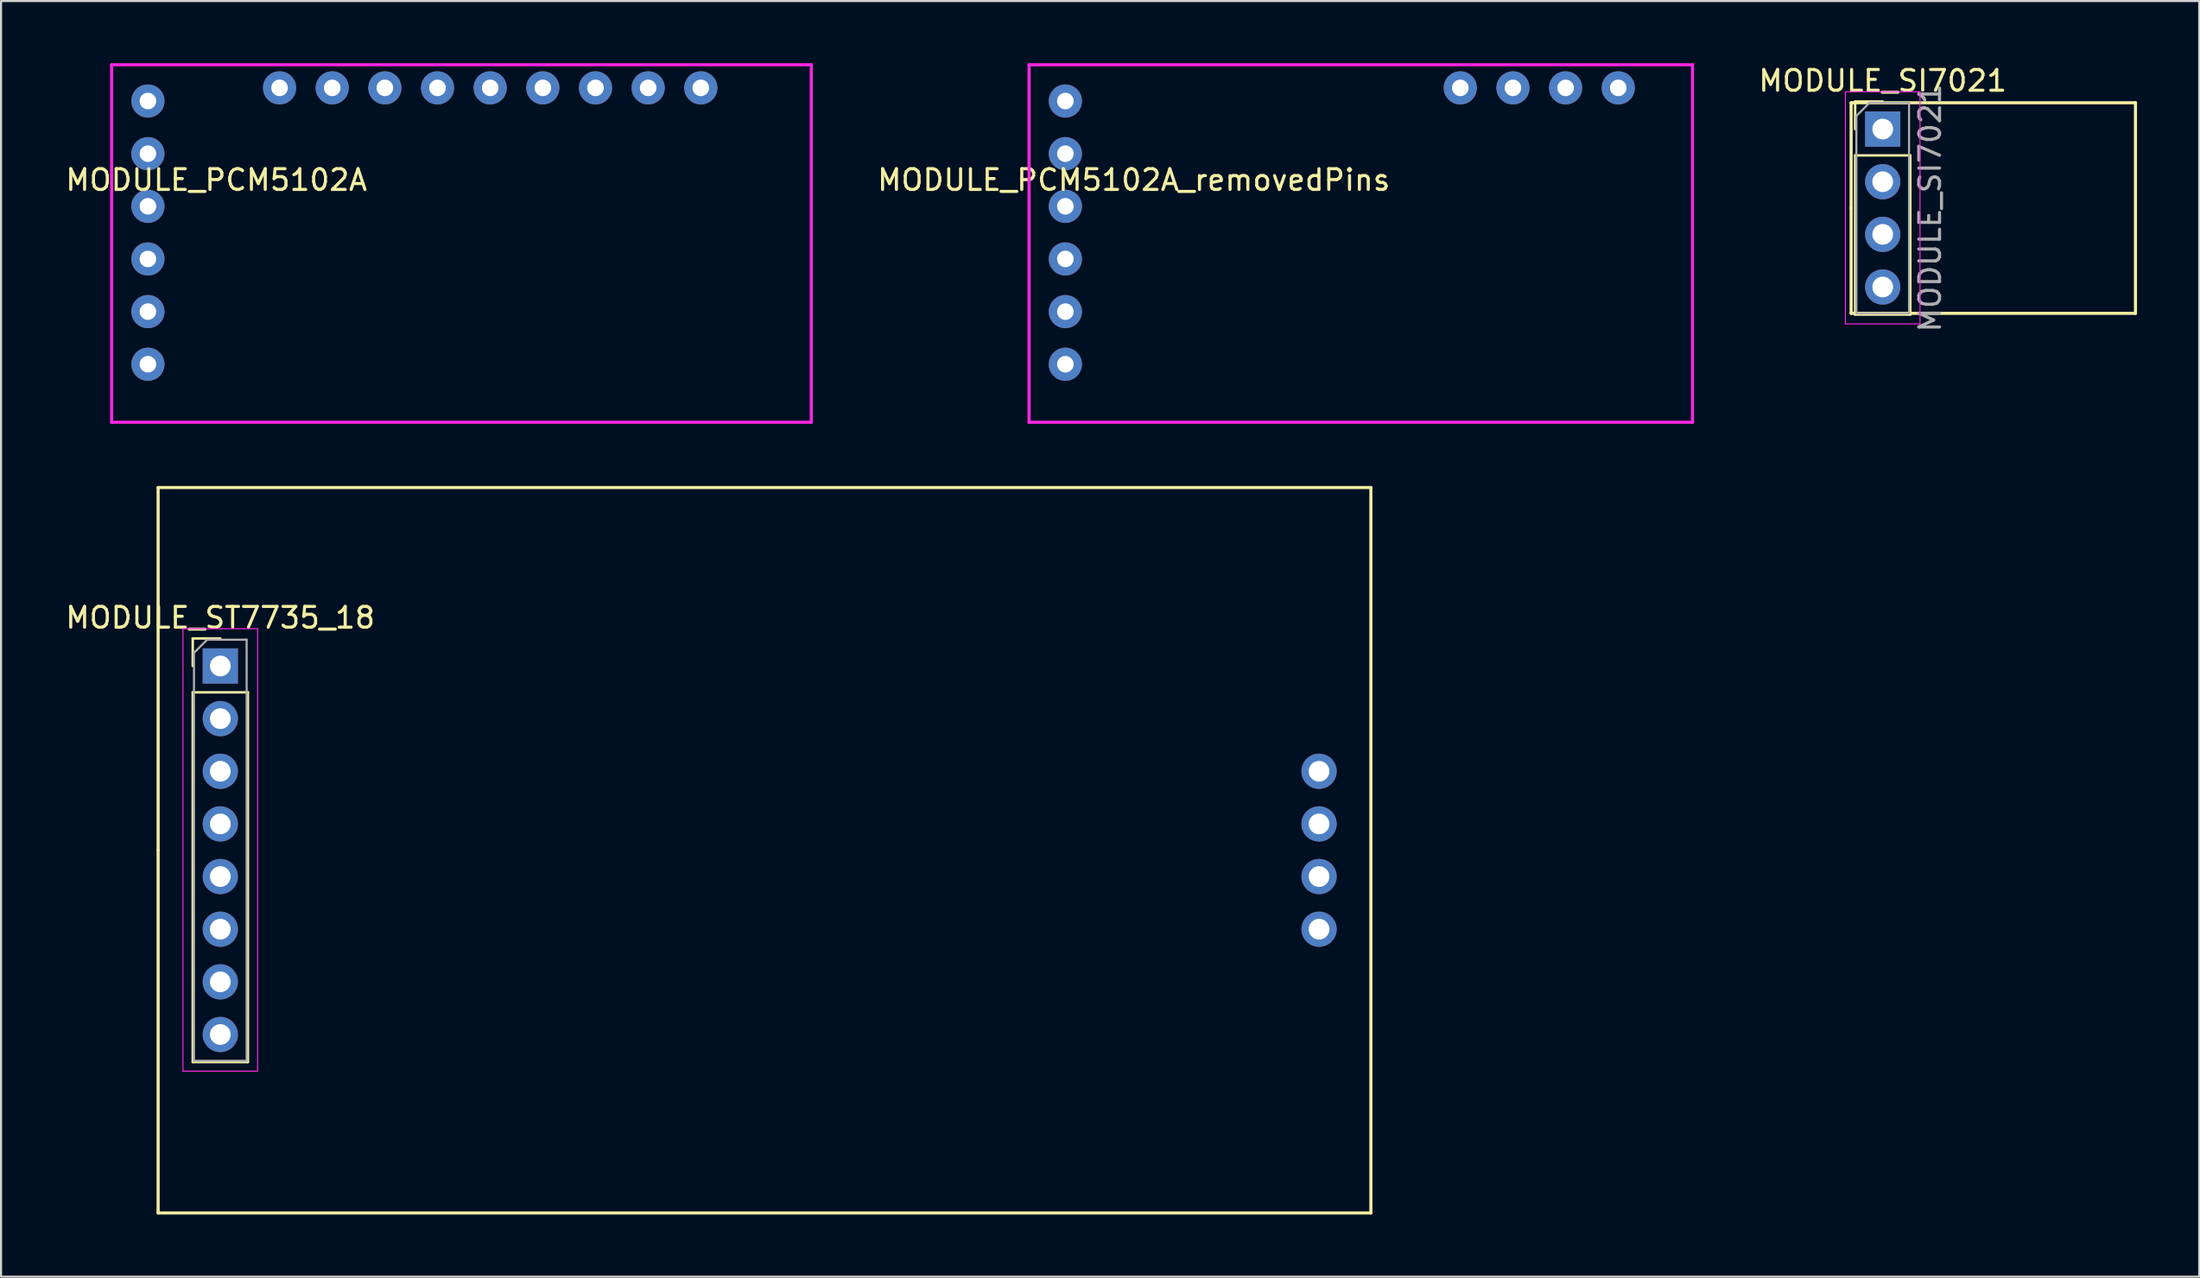
<source format=kicad_pcb>
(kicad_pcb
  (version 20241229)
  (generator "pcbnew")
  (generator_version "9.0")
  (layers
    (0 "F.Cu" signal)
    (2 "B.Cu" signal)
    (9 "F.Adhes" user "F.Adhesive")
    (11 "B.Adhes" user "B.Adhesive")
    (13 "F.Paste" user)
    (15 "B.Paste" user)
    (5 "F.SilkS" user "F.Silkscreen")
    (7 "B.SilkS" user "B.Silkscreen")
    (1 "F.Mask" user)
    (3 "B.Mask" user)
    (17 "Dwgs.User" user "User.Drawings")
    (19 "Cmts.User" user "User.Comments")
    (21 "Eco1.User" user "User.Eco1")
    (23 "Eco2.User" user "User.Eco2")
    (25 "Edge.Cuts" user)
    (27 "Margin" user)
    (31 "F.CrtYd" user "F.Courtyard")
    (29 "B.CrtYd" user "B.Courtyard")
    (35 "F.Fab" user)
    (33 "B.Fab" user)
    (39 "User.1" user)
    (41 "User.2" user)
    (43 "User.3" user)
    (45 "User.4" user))
  (footprint "MODULE_SI7021"
    (layer "F.Cu")
    (at 87.766 3.178)
    (property "Reference" "MODULE_SI7021" (at 0 -2.33 0) (layer "F.SilkS") (effects (font (size 1 1) (thickness 0.15))))
    (attr through_hole)
    (fp_line (start -1.524 -1.27) (end 12.192 -1.27) (stroke (width 0.15) (type solid)) (layer "F.SilkS"))
    (fp_line (start -1.524 3.81) (end -1.524 -1.27) (stroke (width 0.15) (type solid)) (layer "F.SilkS"))
    (fp_line (start -1.524 8.89) (end -1.524 3.81) (stroke (width 0.15) (type solid)) (layer "F.SilkS"))
    (fp_line (start -1.33 -1.33) (end 0 -1.33) (stroke (width 0.12) (type solid)) (layer "F.SilkS"))
    (fp_line (start -1.33 0) (end -1.33 -1.33) (stroke (width 0.12) (type solid)) (layer "F.SilkS"))
    (fp_line (start -1.33 1.27) (end -1.33 8.95) (stroke (width 0.12) (type solid)) (layer "F.SilkS"))
    (fp_line (start -1.33 1.27) (end 1.33 1.27) (stroke (width 0.12) (type solid)) (layer "F.SilkS"))
    (fp_line (start -1.33 8.95) (end 1.33 8.95) (stroke (width 0.12) (type solid)) (layer "F.SilkS"))
    (fp_line (start 1.33 1.27) (end 1.33 8.95) (stroke (width 0.12) (type solid)) (layer "F.SilkS"))
    (fp_line (start 12.192 -1.27) (end 12.192 8.89) (stroke (width 0.15) (type solid)) (layer "F.SilkS"))
    (fp_line (start 12.192 8.89) (end -1.524 8.89) (stroke (width 0.15) (type solid)) (layer "F.SilkS"))
    (fp_line (start -1.8 -1.8) (end -1.8 9.4) (stroke (width 0.05) (type solid)) (layer "F.CrtYd"))
    (fp_line (start -1.8 9.4) (end 1.8 9.4) (stroke (width 0.05) (type solid)) (layer "F.CrtYd"))
    (fp_line (start 1.8 -1.8) (end -1.8 -1.8) (stroke (width 0.05) (type solid)) (layer "F.CrtYd"))
    (fp_line (start 1.8 9.4) (end 1.8 -1.8) (stroke (width 0.05) (type solid)) (layer "F.CrtYd"))
    (fp_line (start -1.27 -0.635) (end -0.635 -1.27) (stroke (width 0.1) (type solid)) (layer "F.Fab"))
    (fp_line (start -1.27 8.89) (end -1.27 -0.635) (stroke (width 0.1) (type solid)) (layer "F.Fab"))
    (fp_line (start -0.635 -1.27) (end 1.27 -1.27) (stroke (width 0.1) (type solid)) (layer "F.Fab"))
    (fp_line (start 1.27 -1.27) (end 1.27 8.89) (stroke (width 0.1) (type solid)) (layer "F.Fab"))
    (fp_line (start 1.27 8.89) (end -1.27 8.89) (stroke (width 0.1) (type solid)) (layer "F.Fab"))
    (fp_text user "${REFERENCE}" (at 2.286 3.81 90) (layer "F.Fab") (effects (font (size 1 1) (thickness 0.15))))
    (pad "1" thru_hole rect (at 0 0) (size 1.7 1.7) (drill 1) (layers "*.Cu" "*.Mask"))
    (pad "2" thru_hole oval (at 0 2.54) (size 1.7 1.7) (drill 1) (layers "*.Cu" "*.Mask"))
    (pad "3" thru_hole oval (at 0 5.08) (size 1.7 1.7) (drill 1) (layers "*.Cu" "*.Mask"))
    (pad "4" thru_hole oval (at 0 7.62) (size 1.7 1.7) (drill 1) (layers "*.Cu" "*.Mask")))
  (footprint "MODULE_PCM5102A_removedPins"
    (layer "F.Cu")
    (at 48.34 1.825)
    (property "Reference" "MODULE_PCM5102A_removedPins" (at 3.302 3.81 0) (layer "F.SilkS") (effects (font (size 1 1) (thickness 0.15))))
    (attr through_hole)
    (fp_line (start -1.75 15.5) (end -1.75 -1.75) (stroke (width 0.15) (type solid)) (layer "F.CrtYd"))
    (fp_line (start -1.75 15.5) (end 30.25 15.5) (stroke (width 0.15) (type solid)) (layer "F.CrtYd"))
    (fp_line (start 30.25 -1.75) (end -1.75 -1.75) (stroke (width 0.15) (type solid)) (layer "F.CrtYd"))
    (fp_line (start 30.25 -1.75) (end 30.25 15.5) (stroke (width 0.15) (type solid)) (layer "F.CrtYd"))
    (pad "1" thru_hole circle (at 26.67 -0.635) (size 1.6 1.6) (drill 0.8) (layers "*.Cu" "*.Mask"))
    (pad "2" thru_hole circle (at 24.13 -0.635) (size 1.6 1.6) (drill 0.8) (layers "*.Cu" "*.Mask"))
    (pad "3" thru_hole circle (at 21.59 -0.635) (size 1.6 1.6) (drill 0.8) (layers "*.Cu" "*.Mask"))
    (pad "4" thru_hole circle (at 19.05 -0.635) (size 1.6 1.6) (drill 0.8) (layers "*.Cu" "*.Mask"))
    (pad "10" thru_hole circle (at 0 0) (size 1.6 1.6) (drill 0.8) (layers "*.Cu" "*.Mask"))
    (pad "11" thru_hole circle (at 0 2.54) (size 1.6 1.6) (drill 0.8) (layers "*.Cu" "*.Mask"))
    (pad "12" thru_hole circle (at 0 5.08) (size 1.6 1.6) (drill 0.8) (layers "*.Cu" "*.Mask"))
    (pad "13" thru_hole circle (at 0 7.62) (size 1.6 1.6) (drill 0.8) (layers "*.Cu" "*.Mask"))
    (pad "14" thru_hole circle (at 0 10.16) (size 1.6 1.6) (drill 0.8) (layers "*.Cu" "*.Mask"))
    (pad "15" thru_hole circle (at 0 12.7) (size 1.6 1.6) (drill 0.8) (layers "*.Cu" "*.Mask")))
  (footprint "MODULE_PCM5102A"
    (layer "F.Cu")
    (at 4.085 1.825)
    (property "Reference" "MODULE_PCM5102A" (at 3.302 3.81 0) (layer "F.SilkS") (effects (font (size 1 1) (thickness 0.15))))
    (attr through_hole)
    (fp_line (start -1.75 -1.75) (end 32 -1.75) (stroke (width 0.15) (type solid)) (layer "F.CrtYd"))
    (fp_line (start -1.75 15.5) (end -1.75 -1.75) (stroke (width 0.15) (type solid)) (layer "F.CrtYd"))
    (fp_line (start 32 -1.75) (end 32 15.5) (stroke (width 0.15) (type solid)) (layer "F.CrtYd"))
    (fp_line (start 32 15.5) (end -1.75 15.5) (stroke (width 0.15) (type solid)) (layer "F.CrtYd"))
    (pad "1" thru_hole circle (at 26.67 -0.635) (size 1.6 1.6) (drill 0.8) (layers "*.Cu" "*.Mask"))
    (pad "2" thru_hole circle (at 24.13 -0.635) (size 1.6 1.6) (drill 0.8) (layers "*.Cu" "*.Mask"))
    (pad "3" thru_hole circle (at 21.59 -0.635) (size 1.6 1.6) (drill 0.8) (layers "*.Cu" "*.Mask"))
    (pad "4" thru_hole circle (at 19.05 -0.635) (size 1.6 1.6) (drill 0.8) (layers "*.Cu" "*.Mask"))
    (pad "5" thru_hole circle (at 16.51 -0.635) (size 1.6 1.6) (drill 0.8) (layers "*.Cu" "*.Mask"))
    (pad "6" thru_hole circle (at 13.97 -0.635) (size 1.6 1.6) (drill 0.8) (layers "*.Cu" "*.Mask"))
    (pad "7" thru_hole circle (at 11.43 -0.635) (size 1.6 1.6) (drill 0.8) (layers "*.Cu" "*.Mask"))
    (pad "8" thru_hole circle (at 8.89 -0.635) (size 1.6 1.6) (drill 0.8) (layers "*.Cu" "*.Mask"))
    (pad "9" thru_hole circle (at 6.35 -0.635) (size 1.6 1.6) (drill 0.8) (layers "*.Cu" "*.Mask"))
    (pad "10" thru_hole circle (at 0 0) (size 1.6 1.6) (drill 0.8) (layers "*.Cu" "*.Mask"))
    (pad "11" thru_hole circle (at 0 2.54) (size 1.6 1.6) (drill 0.8) (layers "*.Cu" "*.Mask"))
    (pad "12" thru_hole circle (at 0 5.08) (size 1.6 1.6) (drill 0.8) (layers "*.Cu" "*.Mask"))
    (pad "13" thru_hole circle (at 0 7.62) (size 1.6 1.6) (drill 0.8) (layers "*.Cu" "*.Mask"))
    (pad "14" thru_hole circle (at 0 10.16) (size 1.6 1.6) (drill 0.8) (layers "*.Cu" "*.Mask"))
    (pad "15" thru_hole circle (at 0 12.7) (size 1.6 1.6) (drill 0.8) (layers "*.Cu" "*.Mask")))
  (footprint "MODULE_ST7735_18"
    (layer "F.Cu")
    (at 7.577 37.975)
    (property "Reference" "MODULE_ST7735_18" (at 0 -11.22 0) (layer "F.SilkS") (effects (font (size 1 1) (thickness 0.15))))
    (attr through_hole)
    (fp_line (start -3 -17.5) (end 55.5 -17.5) (stroke (width 0.15) (type solid)) (layer "F.SilkS"))
    (fp_line (start -3 0) (end -3 -17.5) (stroke (width 0.15) (type solid)) (layer "F.SilkS"))
    (fp_line (start -3 17.5) (end -3 0) (stroke (width 0.15) (type solid)) (layer "F.SilkS"))
    (fp_line (start -1.33 -10.22) (end 0 -10.22) (stroke (width 0.12) (type solid)) (layer "F.SilkS"))
    (fp_line (start -1.33 -8.89) (end -1.33 -10.22) (stroke (width 0.12) (type solid)) (layer "F.SilkS"))
    (fp_line (start -1.33 -7.62) (end -1.33 10.22) (stroke (width 0.12) (type solid)) (layer "F.SilkS"))
    (fp_line (start -1.33 -7.62) (end 1.33 -7.62) (stroke (width 0.12) (type solid)) (layer "F.SilkS"))
    (fp_line (start -1.33 10.22) (end 1.33 10.22) (stroke (width 0.12) (type solid)) (layer "F.SilkS"))
    (fp_line (start 1.33 -7.62) (end 1.33 10.22) (stroke (width 0.12) (type solid)) (layer "F.SilkS"))
    (fp_line (start 55.5 -17.5) (end 55.5 17.5) (stroke (width 0.15) (type solid)) (layer "F.SilkS"))
    (fp_line (start 55.5 17.5) (end -3 17.5) (stroke (width 0.15) (type solid)) (layer "F.SilkS"))
    (fp_line (start -1.8 -10.69) (end -1.8 10.66) (stroke (width 0.05) (type solid)) (layer "F.CrtYd"))
    (fp_line (start -1.8 10.66) (end 1.8 10.66) (stroke (width 0.05) (type solid)) (layer "F.CrtYd"))
    (fp_line (start 1.8 -10.69) (end -1.8 -10.69) (stroke (width 0.05) (type solid)) (layer "F.CrtYd"))
    (fp_line (start 1.8 10.66) (end 1.8 -10.69) (stroke (width 0.05) (type solid)) (layer "F.CrtYd"))
    (fp_line (start -1.27 -9.525) (end -0.635 -10.16) (stroke (width 0.1) (type solid)) (layer "F.Fab"))
    (fp_line (start -1.27 10.16) (end -1.27 -9.525) (stroke (width 0.1) (type solid)) (layer "F.Fab"))
    (fp_line (start -0.635 -10.16) (end 1.27 -10.16) (stroke (width 0.1) (type solid)) (layer "F.Fab"))
    (fp_line (start 1.27 -10.16) (end 1.27 10.16) (stroke (width 0.1) (type solid)) (layer "F.Fab"))
    (fp_line (start 1.27 10.16) (end -1.27 10.16) (stroke (width 0.1) (type solid)) (layer "F.Fab"))
    (pad "1" thru_hole rect (at 0 -8.89) (size 1.7 1.7) (drill 1) (layers "*.Cu" "*.Mask"))
    (pad "2" thru_hole oval (at 0 -6.35) (size 1.7 1.7) (drill 1) (layers "*.Cu" "*.Mask"))
    (pad "3" thru_hole oval (at 0 -3.81) (size 1.7 1.7) (drill 1) (layers "*.Cu" "*.Mask"))
    (pad "4" thru_hole oval (at 0 -1.27) (size 1.7 1.7) (drill 1) (layers "*.Cu" "*.Mask"))
    (pad "5" thru_hole oval (at 0 1.27) (size 1.7 1.7) (drill 1) (layers "*.Cu" "*.Mask"))
    (pad "6" thru_hole oval (at 0 3.81) (size 1.7 1.7) (drill 1) (layers "*.Cu" "*.Mask"))
    (pad "7" thru_hole oval (at 0 6.35) (size 1.7 1.7) (drill 1) (layers "*.Cu" "*.Mask"))
    (pad "8" thru_hole oval (at 0 8.89) (size 1.7 1.7) (drill 1) (layers "*.Cu" "*.Mask"))
    (pad "9" thru_hole circle (at 53 -3.81) (size 1.7 1.7) (drill 1) (layers "*.Cu" "*.Mask"))
    (pad "10" thru_hole circle (at 53 -1.27) (size 1.7 1.7) (drill 1) (layers "*.Cu" "*.Mask"))
    (pad "11" thru_hole circle (at 53 1.27) (size 1.7 1.7) (drill 1) (layers "*.Cu" "*.Mask"))
    (pad "12" thru_hole circle (at 53 3.81) (size 1.7 1.7) (drill 1) (layers "*.Cu" "*.Mask")))
  (gr_rect
    (start -3 -3)
    (end 103.033 58.55)
    (stroke (width 0.1) (type default))
    (fill no)
    (layer "Edge.Cuts")))
</source>
